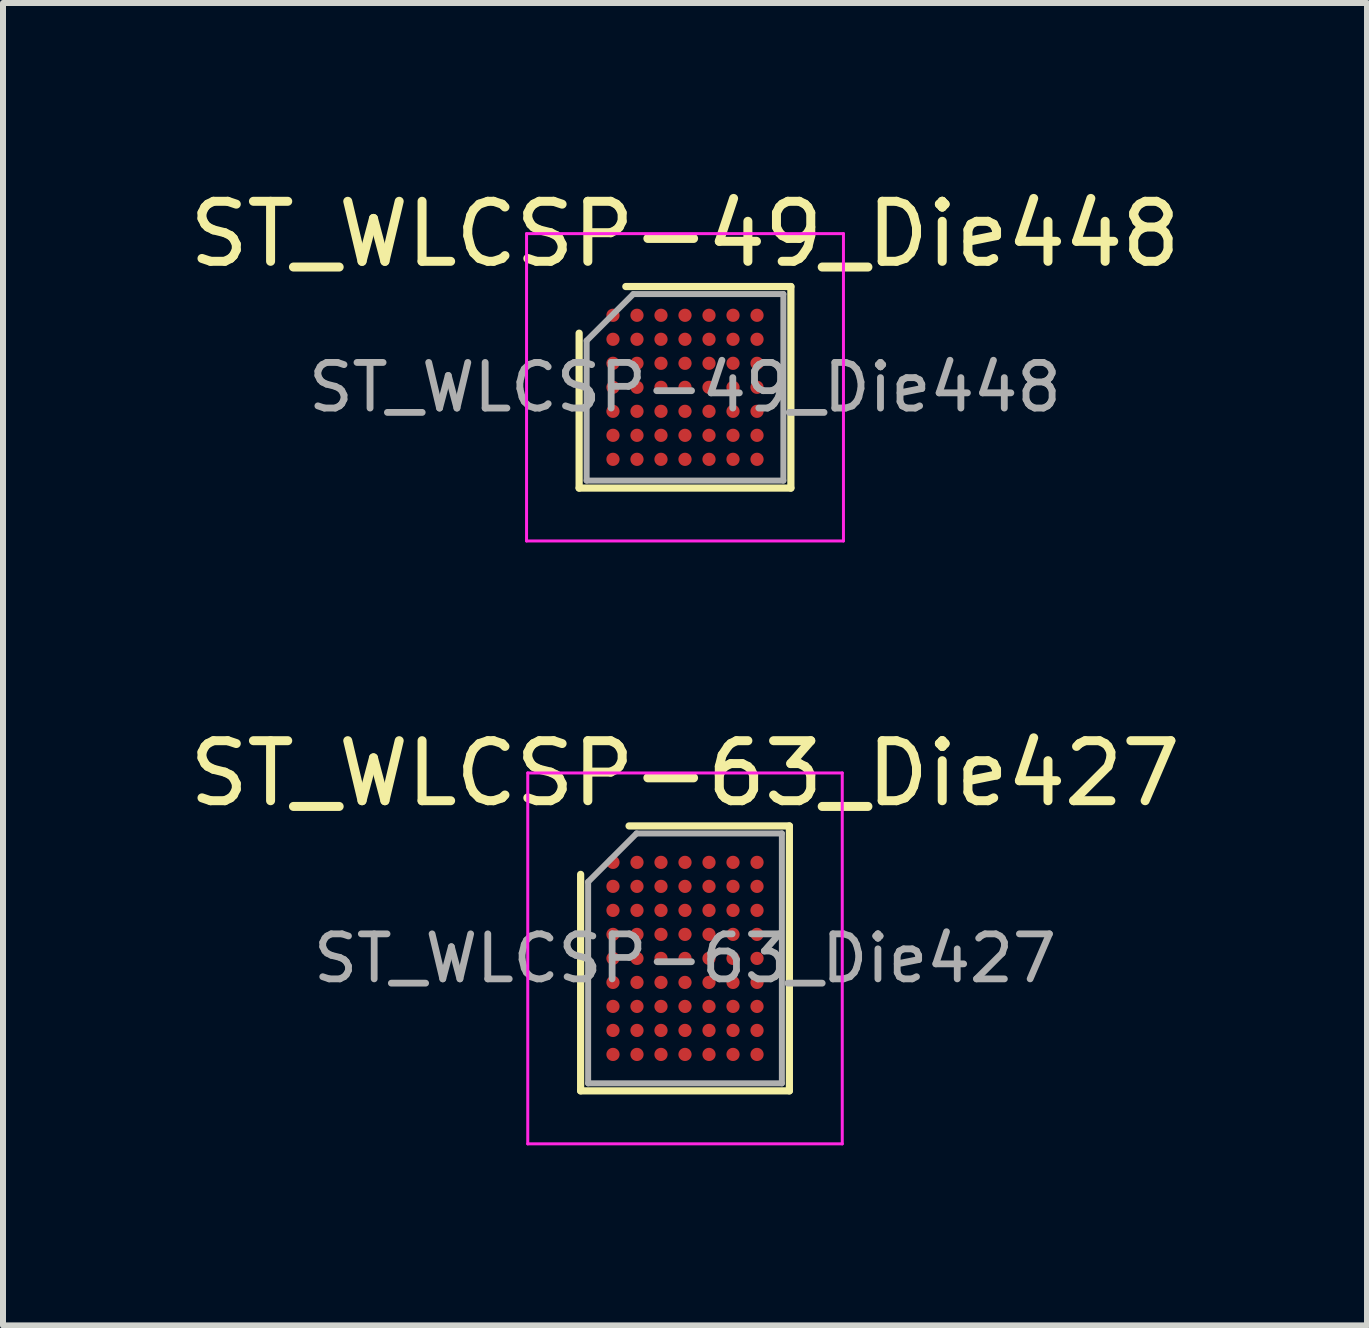
<source format=kicad_pcb>
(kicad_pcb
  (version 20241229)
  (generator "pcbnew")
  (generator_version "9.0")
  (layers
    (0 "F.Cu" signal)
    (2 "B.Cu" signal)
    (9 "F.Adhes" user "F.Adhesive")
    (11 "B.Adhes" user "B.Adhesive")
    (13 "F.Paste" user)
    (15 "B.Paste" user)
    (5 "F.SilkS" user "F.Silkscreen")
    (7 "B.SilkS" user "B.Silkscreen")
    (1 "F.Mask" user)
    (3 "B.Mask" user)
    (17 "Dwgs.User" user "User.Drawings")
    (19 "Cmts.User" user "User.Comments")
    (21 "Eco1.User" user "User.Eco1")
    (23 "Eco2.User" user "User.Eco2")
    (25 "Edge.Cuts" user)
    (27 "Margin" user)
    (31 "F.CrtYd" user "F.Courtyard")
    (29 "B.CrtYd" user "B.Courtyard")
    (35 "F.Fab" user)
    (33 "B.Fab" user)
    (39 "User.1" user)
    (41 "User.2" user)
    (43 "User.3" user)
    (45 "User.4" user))
  (footprint "ST_WLCSP-49_Die448"
    (layer "F.Cu")
    (at 8.363 3.403)
    (property "Reference" "ST_WLCSP-49_Die448" (at 0 -2.554 0) (layer "F.SilkS") (effects (font (size 1 1) (thickness 0.15))))
    (attr smd)
    (fp_line (start -1.764 1.679) (end -1.764 -0.902) (stroke (width 0.12) (type solid)) (layer "F.SilkS"))
    (fp_line (start -0.986 -1.679) (end 1.764 -1.679) (stroke (width 0.12) (type solid)) (layer "F.SilkS"))
    (fp_line (start 1.764 -1.679) (end 1.764 1.679) (stroke (width 0.12) (type solid)) (layer "F.SilkS"))
    (fp_line (start 1.764 1.679) (end -1.764 1.679) (stroke (width 0.12) (type solid)) (layer "F.SilkS"))
    (fp_line (start -2.64 -2.56) (end -2.64 2.56) (stroke (width 0.05) (type solid)) (layer "F.CrtYd"))
    (fp_line (start -2.64 2.56) (end 2.64 2.56) (stroke (width 0.05) (type solid)) (layer "F.CrtYd"))
    (fp_line (start 2.64 -2.56) (end -2.64 -2.56) (stroke (width 0.05) (type solid)) (layer "F.CrtYd"))
    (fp_line (start 2.64 2.56) (end 2.64 -2.56) (stroke (width 0.05) (type solid)) (layer "F.CrtYd"))
    (fp_line (start -1.639 -0.777) (end -0.861 -1.554) (stroke (width 0.1) (type solid)) (layer "F.Fab"))
    (fp_line (start -1.639 1.554) (end -1.639 -0.777) (stroke (width 0.1) (type solid)) (layer "F.Fab"))
    (fp_line (start -0.861 -1.554) (end 1.639 -1.554) (stroke (width 0.1) (type solid)) (layer "F.Fab"))
    (fp_line (start 1.639 -1.554) (end 1.639 1.554) (stroke (width 0.1) (type solid)) (layer "F.Fab"))
    (fp_line (start 1.639 1.554) (end -1.639 1.554) (stroke (width 0.1) (type solid)) (layer "F.Fab"))
    (fp_text user "${REFERENCE}" (at 0 0 0) (layer "F.Fab") (effects (font (size 0.76 0.76) (thickness 0.114))))
    (pad "A1" smd circle (at -1.2 -1.2) (size 0.22 0.22) (layers "F.Cu" "F.Mask" "F.Paste"))
    (pad "A2" smd circle (at -0.8 -1.2) (size 0.22 0.22) (layers "F.Cu" "F.Mask" "F.Paste"))
    (pad "A3" smd circle (at -0.4 -1.2) (size 0.22 0.22) (layers "F.Cu" "F.Mask" "F.Paste"))
    (pad "A4" smd circle (at 0 -1.2) (size 0.22 0.22) (layers "F.Cu" "F.Mask" "F.Paste"))
    (pad "A5" smd circle (at 0.4 -1.2) (size 0.22 0.22) (layers "F.Cu" "F.Mask" "F.Paste"))
    (pad "A6" smd circle (at 0.8 -1.2) (size 0.22 0.22) (layers "F.Cu" "F.Mask" "F.Paste"))
    (pad "A7" smd circle (at 1.2 -1.2) (size 0.22 0.22) (layers "F.Cu" "F.Mask" "F.Paste"))
    (pad "B1" smd circle (at -1.2 -0.8) (size 0.22 0.22) (layers "F.Cu" "F.Mask" "F.Paste"))
    (pad "B2" smd circle (at -0.8 -0.8) (size 0.22 0.22) (layers "F.Cu" "F.Mask" "F.Paste"))
    (pad "B3" smd circle (at -0.4 -0.8) (size 0.22 0.22) (layers "F.Cu" "F.Mask" "F.Paste"))
    (pad "B4" smd circle (at 0 -0.8) (size 0.22 0.22) (layers "F.Cu" "F.Mask" "F.Paste"))
    (pad "B5" smd circle (at 0.4 -0.8) (size 0.22 0.22) (layers "F.Cu" "F.Mask" "F.Paste"))
    (pad "B6" smd circle (at 0.8 -0.8) (size 0.22 0.22) (layers "F.Cu" "F.Mask" "F.Paste"))
    (pad "B7" smd circle (at 1.2 -0.8) (size 0.22 0.22) (layers "F.Cu" "F.Mask" "F.Paste"))
    (pad "C1" smd circle (at -1.2 -0.4) (size 0.22 0.22) (layers "F.Cu" "F.Mask" "F.Paste"))
    (pad "C2" smd circle (at -0.8 -0.4) (size 0.22 0.22) (layers "F.Cu" "F.Mask" "F.Paste"))
    (pad "C3" smd circle (at -0.4 -0.4) (size 0.22 0.22) (layers "F.Cu" "F.Mask" "F.Paste"))
    (pad "C4" smd circle (at 0 -0.4) (size 0.22 0.22) (layers "F.Cu" "F.Mask" "F.Paste"))
    (pad "C5" smd circle (at 0.4 -0.4) (size 0.22 0.22) (layers "F.Cu" "F.Mask" "F.Paste"))
    (pad "C6" smd circle (at 0.8 -0.4) (size 0.22 0.22) (layers "F.Cu" "F.Mask" "F.Paste"))
    (pad "C7" smd circle (at 1.2 -0.4) (size 0.22 0.22) (layers "F.Cu" "F.Mask" "F.Paste"))
    (pad "D1" smd circle (at -1.2 0) (size 0.22 0.22) (layers "F.Cu" "F.Mask" "F.Paste"))
    (pad "D2" smd circle (at -0.8 0) (size 0.22 0.22) (layers "F.Cu" "F.Mask" "F.Paste"))
    (pad "D3" smd circle (at -0.4 0) (size 0.22 0.22) (layers "F.Cu" "F.Mask" "F.Paste"))
    (pad "D4" smd circle (at 0 0) (size 0.22 0.22) (layers "F.Cu" "F.Mask" "F.Paste"))
    (pad "D5" smd circle (at 0.4 0) (size 0.22 0.22) (layers "F.Cu" "F.Mask" "F.Paste"))
    (pad "D6" smd circle (at 0.8 0) (size 0.22 0.22) (layers "F.Cu" "F.Mask" "F.Paste"))
    (pad "D7" smd circle (at 1.2 0) (size 0.22 0.22) (layers "F.Cu" "F.Mask" "F.Paste"))
    (pad "E1" smd circle (at -1.2 0.4) (size 0.22 0.22) (layers "F.Cu" "F.Mask" "F.Paste"))
    (pad "E2" smd circle (at -0.8 0.4) (size 0.22 0.22) (layers "F.Cu" "F.Mask" "F.Paste"))
    (pad "E3" smd circle (at -0.4 0.4) (size 0.22 0.22) (layers "F.Cu" "F.Mask" "F.Paste"))
    (pad "E4" smd circle (at 0 0.4) (size 0.22 0.22) (layers "F.Cu" "F.Mask" "F.Paste"))
    (pad "E5" smd circle (at 0.4 0.4) (size 0.22 0.22) (layers "F.Cu" "F.Mask" "F.Paste"))
    (pad "E6" smd circle (at 0.8 0.4) (size 0.22 0.22) (layers "F.Cu" "F.Mask" "F.Paste"))
    (pad "E7" smd circle (at 1.2 0.4) (size 0.22 0.22) (layers "F.Cu" "F.Mask" "F.Paste"))
    (pad "F1" smd circle (at -1.2 0.8) (size 0.22 0.22) (layers "F.Cu" "F.Mask" "F.Paste"))
    (pad "F2" smd circle (at -0.8 0.8) (size 0.22 0.22) (layers "F.Cu" "F.Mask" "F.Paste"))
    (pad "F3" smd circle (at -0.4 0.8) (size 0.22 0.22) (layers "F.Cu" "F.Mask" "F.Paste"))
    (pad "F4" smd circle (at 0 0.8) (size 0.22 0.22) (layers "F.Cu" "F.Mask" "F.Paste"))
    (pad "F5" smd circle (at 0.4 0.8) (size 0.22 0.22) (layers "F.Cu" "F.Mask" "F.Paste"))
    (pad "F6" smd circle (at 0.8 0.8) (size 0.22 0.22) (layers "F.Cu" "F.Mask" "F.Paste"))
    (pad "F7" smd circle (at 1.2 0.8) (size 0.22 0.22) (layers "F.Cu" "F.Mask" "F.Paste"))
    (pad "G1" smd circle (at -1.2 1.2) (size 0.22 0.22) (layers "F.Cu" "F.Mask" "F.Paste"))
    (pad "G2" smd circle (at -0.8 1.2) (size 0.22 0.22) (layers "F.Cu" "F.Mask" "F.Paste"))
    (pad "G3" smd circle (at -0.4 1.2) (size 0.22 0.22) (layers "F.Cu" "F.Mask" "F.Paste"))
    (pad "G4" smd circle (at 0 1.2) (size 0.22 0.22) (layers "F.Cu" "F.Mask" "F.Paste"))
    (pad "G5" smd circle (at 0.4 1.2) (size 0.22 0.22) (layers "F.Cu" "F.Mask" "F.Paste"))
    (pad "G6" smd circle (at 0.8 1.2) (size 0.22 0.22) (layers "F.Cu" "F.Mask" "F.Paste"))
    (pad "G7" smd circle (at 1.2 1.2) (size 0.22 0.22) (layers "F.Cu" "F.Mask" "F.Paste")))
  (footprint "ST_WLCSP-63_Die427"
    (layer "F.Cu")
    (at 8.363 12.918)
    (property "Reference" "ST_WLCSP-63_Die427" (at 0 -3.082 0) (layer "F.SilkS") (effects (font (size 1 1) (thickness 0.15))))
    (attr smd)
    (fp_line (start -1.739 2.207) (end -1.739 -1.4) (stroke (width 0.12) (type solid)) (layer "F.SilkS"))
    (fp_line (start -0.932 -2.207) (end 1.739 -2.207) (stroke (width 0.12) (type solid)) (layer "F.SilkS"))
    (fp_line (start 1.739 -2.207) (end 1.739 2.207) (stroke (width 0.12) (type solid)) (layer "F.SilkS"))
    (fp_line (start 1.739 2.207) (end -1.739 2.207) (stroke (width 0.12) (type solid)) (layer "F.SilkS"))
    (fp_line (start -2.62 -3.09) (end -2.62 3.09) (stroke (width 0.05) (type solid)) (layer "F.CrtYd"))
    (fp_line (start -2.62 3.09) (end 2.62 3.09) (stroke (width 0.05) (type solid)) (layer "F.CrtYd"))
    (fp_line (start 2.62 -3.09) (end -2.62 -3.09) (stroke (width 0.05) (type solid)) (layer "F.CrtYd"))
    (fp_line (start 2.62 3.09) (end 2.62 -3.09) (stroke (width 0.05) (type solid)) (layer "F.CrtYd"))
    (fp_line (start -1.614 -1.275) (end -0.807 -2.082) (stroke (width 0.1) (type solid)) (layer "F.Fab"))
    (fp_line (start -1.614 2.082) (end -1.614 -1.275) (stroke (width 0.1) (type solid)) (layer "F.Fab"))
    (fp_line (start -0.807 -2.082) (end 1.614 -2.082) (stroke (width 0.1) (type solid)) (layer "F.Fab"))
    (fp_line (start 1.614 -2.082) (end 1.614 2.082) (stroke (width 0.1) (type solid)) (layer "F.Fab"))
    (fp_line (start 1.614 2.082) (end -1.614 2.082) (stroke (width 0.1) (type solid)) (layer "F.Fab"))
    (fp_text user "${REFERENCE}" (at 0 0 0) (layer "F.Fab") (effects (font (size 0.75 0.75) (thickness 0.113))))
    (pad "A1" smd circle (at -1.2 -1.6) (size 0.22 0.22) (layers "F.Cu" "F.Mask" "F.Paste"))
    (pad "A2" smd circle (at -0.8 -1.6) (size 0.22 0.22) (layers "F.Cu" "F.Mask" "F.Paste"))
    (pad "A3" smd circle (at -0.4 -1.6) (size 0.22 0.22) (layers "F.Cu" "F.Mask" "F.Paste"))
    (pad "A4" smd circle (at 0 -1.6) (size 0.22 0.22) (layers "F.Cu" "F.Mask" "F.Paste"))
    (pad "A5" smd circle (at 0.4 -1.6) (size 0.22 0.22) (layers "F.Cu" "F.Mask" "F.Paste"))
    (pad "A6" smd circle (at 0.8 -1.6) (size 0.22 0.22) (layers "F.Cu" "F.Mask" "F.Paste"))
    (pad "A7" smd circle (at 1.2 -1.6) (size 0.22 0.22) (layers "F.Cu" "F.Mask" "F.Paste"))
    (pad "B1" smd circle (at -1.2 -1.2) (size 0.22 0.22) (layers "F.Cu" "F.Mask" "F.Paste"))
    (pad "B2" smd circle (at -0.8 -1.2) (size 0.22 0.22) (layers "F.Cu" "F.Mask" "F.Paste"))
    (pad "B3" smd circle (at -0.4 -1.2) (size 0.22 0.22) (layers "F.Cu" "F.Mask" "F.Paste"))
    (pad "B4" smd circle (at 0 -1.2) (size 0.22 0.22) (layers "F.Cu" "F.Mask" "F.Paste"))
    (pad "B5" smd circle (at 0.4 -1.2) (size 0.22 0.22) (layers "F.Cu" "F.Mask" "F.Paste"))
    (pad "B6" smd circle (at 0.8 -1.2) (size 0.22 0.22) (layers "F.Cu" "F.Mask" "F.Paste"))
    (pad "B7" smd circle (at 1.2 -1.2) (size 0.22 0.22) (layers "F.Cu" "F.Mask" "F.Paste"))
    (pad "C1" smd circle (at -1.2 -0.8) (size 0.22 0.22) (layers "F.Cu" "F.Mask" "F.Paste"))
    (pad "C2" smd circle (at -0.8 -0.8) (size 0.22 0.22) (layers "F.Cu" "F.Mask" "F.Paste"))
    (pad "C3" smd circle (at -0.4 -0.8) (size 0.22 0.22) (layers "F.Cu" "F.Mask" "F.Paste"))
    (pad "C4" smd circle (at 0 -0.8) (size 0.22 0.22) (layers "F.Cu" "F.Mask" "F.Paste"))
    (pad "C5" smd circle (at 0.4 -0.8) (size 0.22 0.22) (layers "F.Cu" "F.Mask" "F.Paste"))
    (pad "C6" smd circle (at 0.8 -0.8) (size 0.22 0.22) (layers "F.Cu" "F.Mask" "F.Paste"))
    (pad "C7" smd circle (at 1.2 -0.8) (size 0.22 0.22) (layers "F.Cu" "F.Mask" "F.Paste"))
    (pad "D1" smd circle (at -1.2 -0.4) (size 0.22 0.22) (layers "F.Cu" "F.Mask" "F.Paste"))
    (pad "D2" smd circle (at -0.8 -0.4) (size 0.22 0.22) (layers "F.Cu" "F.Mask" "F.Paste"))
    (pad "D3" smd circle (at -0.4 -0.4) (size 0.22 0.22) (layers "F.Cu" "F.Mask" "F.Paste"))
    (pad "D4" smd circle (at 0 -0.4) (size 0.22 0.22) (layers "F.Cu" "F.Mask" "F.Paste"))
    (pad "D5" smd circle (at 0.4 -0.4) (size 0.22 0.22) (layers "F.Cu" "F.Mask" "F.Paste"))
    (pad "D6" smd circle (at 0.8 -0.4) (size 0.22 0.22) (layers "F.Cu" "F.Mask" "F.Paste"))
    (pad "D7" smd circle (at 1.2 -0.4) (size 0.22 0.22) (layers "F.Cu" "F.Mask" "F.Paste"))
    (pad "E1" smd circle (at -1.2 0) (size 0.22 0.22) (layers "F.Cu" "F.Mask" "F.Paste"))
    (pad "E2" smd circle (at -0.8 0) (size 0.22 0.22) (layers "F.Cu" "F.Mask" "F.Paste"))
    (pad "E3" smd circle (at -0.4 0) (size 0.22 0.22) (layers "F.Cu" "F.Mask" "F.Paste"))
    (pad "E4" smd circle (at 0 0) (size 0.22 0.22) (layers "F.Cu" "F.Mask" "F.Paste"))
    (pad "E5" smd circle (at 0.4 0) (size 0.22 0.22) (layers "F.Cu" "F.Mask" "F.Paste"))
    (pad "E6" smd circle (at 0.8 0) (size 0.22 0.22) (layers "F.Cu" "F.Mask" "F.Paste"))
    (pad "E7" smd circle (at 1.2 0) (size 0.22 0.22) (layers "F.Cu" "F.Mask" "F.Paste"))
    (pad "F1" smd circle (at -1.2 0.4) (size 0.22 0.22) (layers "F.Cu" "F.Mask" "F.Paste"))
    (pad "F2" smd circle (at -0.8 0.4) (size 0.22 0.22) (layers "F.Cu" "F.Mask" "F.Paste"))
    (pad "F3" smd circle (at -0.4 0.4) (size 0.22 0.22) (layers "F.Cu" "F.Mask" "F.Paste"))
    (pad "F4" smd circle (at 0 0.4) (size 0.22 0.22) (layers "F.Cu" "F.Mask" "F.Paste"))
    (pad "F5" smd circle (at 0.4 0.4) (size 0.22 0.22) (layers "F.Cu" "F.Mask" "F.Paste"))
    (pad "F6" smd circle (at 0.8 0.4) (size 0.22 0.22) (layers "F.Cu" "F.Mask" "F.Paste"))
    (pad "F7" smd circle (at 1.2 0.4) (size 0.22 0.22) (layers "F.Cu" "F.Mask" "F.Paste"))
    (pad "G1" smd circle (at -1.2 0.8) (size 0.22 0.22) (layers "F.Cu" "F.Mask" "F.Paste"))
    (pad "G2" smd circle (at -0.8 0.8) (size 0.22 0.22) (layers "F.Cu" "F.Mask" "F.Paste"))
    (pad "G3" smd circle (at -0.4 0.8) (size 0.22 0.22) (layers "F.Cu" "F.Mask" "F.Paste"))
    (pad "G4" smd circle (at 0 0.8) (size 0.22 0.22) (layers "F.Cu" "F.Mask" "F.Paste"))
    (pad "G5" smd circle (at 0.4 0.8) (size 0.22 0.22) (layers "F.Cu" "F.Mask" "F.Paste"))
    (pad "G6" smd circle (at 0.8 0.8) (size 0.22 0.22) (layers "F.Cu" "F.Mask" "F.Paste"))
    (pad "G7" smd circle (at 1.2 0.8) (size 0.22 0.22) (layers "F.Cu" "F.Mask" "F.Paste"))
    (pad "H1" smd circle (at -1.2 1.2) (size 0.22 0.22) (layers "F.Cu" "F.Mask" "F.Paste"))
    (pad "H2" smd circle (at -0.8 1.2) (size 0.22 0.22) (layers "F.Cu" "F.Mask" "F.Paste"))
    (pad "H3" smd circle (at -0.4 1.2) (size 0.22 0.22) (layers "F.Cu" "F.Mask" "F.Paste"))
    (pad "H4" smd circle (at 0 1.2) (size 0.22 0.22) (layers "F.Cu" "F.Mask" "F.Paste"))
    (pad "H5" smd circle (at 0.4 1.2) (size 0.22 0.22) (layers "F.Cu" "F.Mask" "F.Paste"))
    (pad "H6" smd circle (at 0.8 1.2) (size 0.22 0.22) (layers "F.Cu" "F.Mask" "F.Paste"))
    (pad "H7" smd circle (at 1.2 1.2) (size 0.22 0.22) (layers "F.Cu" "F.Mask" "F.Paste"))
    (pad "J1" smd circle (at -1.2 1.6) (size 0.22 0.22) (layers "F.Cu" "F.Mask" "F.Paste"))
    (pad "J2" smd circle (at -0.8 1.6) (size 0.22 0.22) (layers "F.Cu" "F.Mask" "F.Paste"))
    (pad "J3" smd circle (at -0.4 1.6) (size 0.22 0.22) (layers "F.Cu" "F.Mask" "F.Paste"))
    (pad "J4" smd circle (at 0 1.6) (size 0.22 0.22) (layers "F.Cu" "F.Mask" "F.Paste"))
    (pad "J5" smd circle (at 0.4 1.6) (size 0.22 0.22) (layers "F.Cu" "F.Mask" "F.Paste"))
    (pad "J6" smd circle (at 0.8 1.6) (size 0.22 0.22) (layers "F.Cu" "F.Mask" "F.Paste"))
    (pad "J7" smd circle (at 1.2 1.6) (size 0.22 0.22) (layers "F.Cu" "F.Mask" "F.Paste")))
  (gr_rect
    (start -3 -3)
    (end 19.726 19.033)
    (stroke (width 0.1) (type default))
    (fill no)
    (layer "Edge.Cuts")))
</source>
